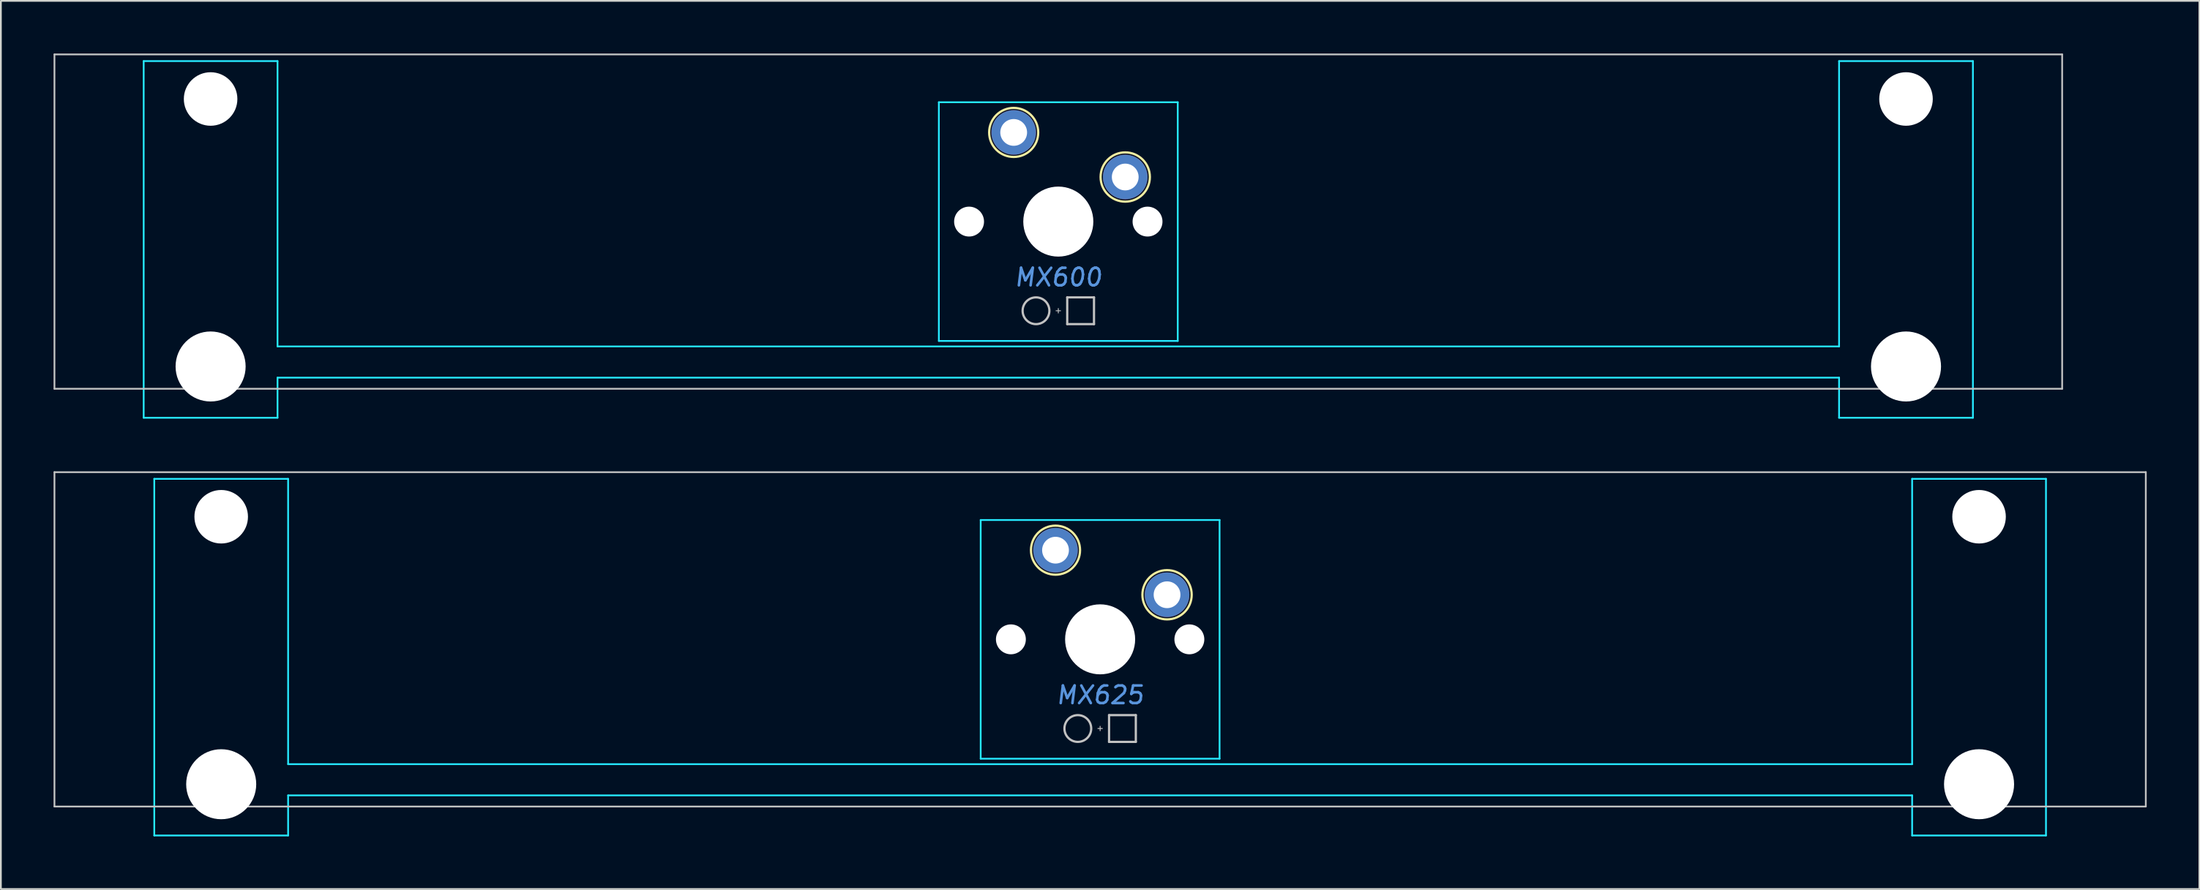
<source format=kicad_pcb>
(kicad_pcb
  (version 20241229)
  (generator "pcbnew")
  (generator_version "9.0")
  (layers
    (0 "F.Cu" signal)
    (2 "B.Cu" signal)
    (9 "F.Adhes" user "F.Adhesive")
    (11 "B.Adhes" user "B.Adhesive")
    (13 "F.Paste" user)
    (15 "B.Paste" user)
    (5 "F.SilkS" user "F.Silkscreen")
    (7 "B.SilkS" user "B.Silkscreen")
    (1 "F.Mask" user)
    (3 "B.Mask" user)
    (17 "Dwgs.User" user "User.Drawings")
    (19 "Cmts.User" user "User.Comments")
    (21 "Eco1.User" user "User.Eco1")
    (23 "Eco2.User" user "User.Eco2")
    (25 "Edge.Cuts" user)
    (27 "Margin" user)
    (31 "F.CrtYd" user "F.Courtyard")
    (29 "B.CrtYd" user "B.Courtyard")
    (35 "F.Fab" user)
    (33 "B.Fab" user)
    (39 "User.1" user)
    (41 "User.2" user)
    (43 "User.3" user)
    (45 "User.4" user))
  (footprint "MX625"
    (layer "F.Cu")
    (at 59.581 33.376)
    (property "Reference" "MX625" (at 0 3.175 0) (layer "Cmts.User") (effects (font (size 1 1) (thickness 0.15) (italic yes))))
    (attr through_hole)
    (fp_circle (center -2.54 -5.08) (end -1.143 -5.08) (stroke (width 0.127) (type solid)) (fill no) (layer "F.SilkS"))
    (fp_circle (center 3.81 -2.54) (end 5.207 -2.413) (stroke (width 0.127) (type solid)) (fill no) (layer "F.SilkS"))
    (fp_line (start -59.531 -9.525) (end -59.531 9.525) (stroke (width 0.1) (type solid)) (layer "Dwgs.User"))
    (fp_line (start -59.531 -9.525) (end 59.531 -9.525) (stroke (width 0.1) (type solid)) (layer "Dwgs.User"))
    (fp_line (start -59.531 9.525) (end 59.531 9.525) (stroke (width 0.1) (type solid)) (layer "Dwgs.User"))
    (fp_line (start -0.127 5.08) (end 0.127 5.08) (stroke (width 0.051) (type solid)) (layer "Dwgs.User"))
    (fp_line (start 0 5.207) (end 0 4.953) (stroke (width 0.051) (type solid)) (layer "Dwgs.User"))
    (fp_line (start 0.508 4.318) (end 0.508 5.842) (stroke (width 0.127) (type solid)) (layer "Dwgs.User"))
    (fp_line (start 0.508 4.318) (end 2.032 4.318) (stroke (width 0.127) (type solid)) (layer "Dwgs.User"))
    (fp_line (start 0.508 5.842) (end 2.032 5.842) (stroke (width 0.127) (type solid)) (layer "Dwgs.User"))
    (fp_line (start 2.032 5.842) (end 2.032 4.318) (stroke (width 0.127) (type solid)) (layer "Dwgs.User"))
    (fp_line (start 59.531 -9.525) (end 59.531 9.525) (stroke (width 0.1) (type solid)) (layer "Dwgs.User"))
    (fp_circle (center -1.27 5.08) (end -0.508 5.08) (stroke (width 0.127) (type solid)) (fill no) (layer "Dwgs.User"))
    (fp_line (start -53.848 -9.144) (end -53.848 11.176) (stroke (width 0.1) (type solid)) (layer "B.CrtYd"))
    (fp_line (start -53.848 -9.144) (end -46.228 -9.144) (stroke (width 0.1) (type solid)) (layer "B.CrtYd"))
    (fp_line (start -53.848 11.176) (end -46.228 11.176) (stroke (width 0.1) (type solid)) (layer "B.CrtYd"))
    (fp_line (start -46.228 7.112) (end -46.228 -9.144) (stroke (width 0.1) (type solid)) (layer "B.CrtYd"))
    (fp_line (start -46.228 7.112) (end 46.228 7.112) (stroke (width 0.1) (type solid)) (layer "B.CrtYd"))
    (fp_line (start -46.228 8.89) (end -46.228 11.176) (stroke (width 0.1) (type solid)) (layer "B.CrtYd"))
    (fp_line (start -46.228 8.89) (end 46.228 8.89) (stroke (width 0.1) (type solid)) (layer "B.CrtYd"))
    (fp_line (start -6.8 -6.8) (end -6.8 6.8) (stroke (width 0.1) (type solid)) (layer "B.CrtYd"))
    (fp_line (start -6.8 -6.8) (end 6.8 -6.8) (stroke (width 0.1) (type solid)) (layer "B.CrtYd"))
    (fp_line (start -6.8 6.8) (end 6.8 6.8) (stroke (width 0.1) (type solid)) (layer "B.CrtYd"))
    (fp_line (start 6.8 6.8) (end 6.8 -6.8) (stroke (width 0.1) (type solid)) (layer "B.CrtYd"))
    (fp_line (start 46.228 -9.144) (end 53.848 -9.144) (stroke (width 0.1) (type solid)) (layer "B.CrtYd"))
    (fp_line (start 46.228 7.112) (end 46.228 -9.144) (stroke (width 0.1) (type solid)) (layer "B.CrtYd"))
    (fp_line (start 46.228 8.89) (end 46.228 11.176) (stroke (width 0.1) (type solid)) (layer "B.CrtYd"))
    (fp_line (start 46.228 11.176) (end 53.848 11.176) (stroke (width 0.1) (type solid)) (layer "B.CrtYd"))
    (fp_line (start 53.848 -9.144) (end 53.848 11.176) (stroke (width 0.1) (type solid)) (layer "B.CrtYd"))
    (pad "" np_thru_hole circle (at -50.038 -6.985 180) (size 3.048 3.048) (drill 3.048) (layers "*.Cu" "*.Mask"))
    (pad "" np_thru_hole circle (at -50.038 8.255 180) (size 3.988 3.988) (drill 3.988) (layers "*.Cu" "*.Mask"))
    (pad "" np_thru_hole circle (at -5.08 0) (size 1.702 1.702) (drill 1.702) (layers "*.Cu" "*.Mask"))
    (pad "" np_thru_hole circle (at 0 0) (size 3.988 3.988) (drill 3.988) (layers "*.Cu" "*.Mask"))
    (pad "" np_thru_hole circle (at 5.08 0) (size 1.702 1.702) (drill 1.702) (layers "*.Cu" "*.Mask"))
    (pad "" np_thru_hole circle (at 50.038 -6.985 180) (size 3.048 3.048) (drill 3.048) (layers "*.Cu" "*.Mask"))
    (pad "" np_thru_hole circle (at 50.038 8.255 180) (size 3.988 3.988) (drill 3.988) (layers "*.Cu" "*.Mask"))
    (pad "1" thru_hole circle (at -2.54 -5.08) (size 2.54 2.54) (drill 1.524) (layers "*.Cu" "*.Mask"))
    (pad "2" thru_hole circle (at 3.81 -2.54) (size 2.54 2.54) (drill 1.524) (layers "*.Cu" "*.Mask")))
  (footprint "MX600"
    (layer "F.Cu")
    (at 57.2 9.575)
    (property "Reference" "MX600" (at 0 3.175 0) (layer "Cmts.User") (effects (font (size 1 1) (thickness 0.15) (italic yes))))
    (attr through_hole)
    (fp_circle (center -2.54 -5.08) (end -1.143 -5.08) (stroke (width 0.127) (type solid)) (fill no) (layer "F.SilkS"))
    (fp_circle (center 3.81 -2.54) (end 5.207 -2.413) (stroke (width 0.127) (type solid)) (fill no) (layer "F.SilkS"))
    (fp_line (start -57.15 -9.525) (end -57.15 9.525) (stroke (width 0.1) (type solid)) (layer "Dwgs.User"))
    (fp_line (start -57.15 -9.525) (end 57.15 -9.525) (stroke (width 0.1) (type solid)) (layer "Dwgs.User"))
    (fp_line (start -57.15 9.525) (end 57.15 9.525) (stroke (width 0.1) (type solid)) (layer "Dwgs.User"))
    (fp_line (start -0.127 5.08) (end 0.127 5.08) (stroke (width 0.051) (type solid)) (layer "Dwgs.User"))
    (fp_line (start 0 5.207) (end 0 4.953) (stroke (width 0.051) (type solid)) (layer "Dwgs.User"))
    (fp_line (start 0.508 4.318) (end 0.508 5.842) (stroke (width 0.127) (type solid)) (layer "Dwgs.User"))
    (fp_line (start 0.508 4.318) (end 2.032 4.318) (stroke (width 0.127) (type solid)) (layer "Dwgs.User"))
    (fp_line (start 0.508 5.842) (end 2.032 5.842) (stroke (width 0.127) (type solid)) (layer "Dwgs.User"))
    (fp_line (start 2.032 5.842) (end 2.032 4.318) (stroke (width 0.127) (type solid)) (layer "Dwgs.User"))
    (fp_line (start 57.15 -9.525) (end 57.15 9.525) (stroke (width 0.1) (type solid)) (layer "Dwgs.User"))
    (fp_circle (center -1.27 5.08) (end -0.508 5.08) (stroke (width 0.127) (type solid)) (fill no) (layer "Dwgs.User"))
    (fp_line (start -52.07 -9.144) (end -52.07 11.176) (stroke (width 0.1) (type solid)) (layer "B.CrtYd"))
    (fp_line (start -52.07 -9.144) (end -44.45 -9.144) (stroke (width 0.1) (type solid)) (layer "B.CrtYd"))
    (fp_line (start -52.07 11.176) (end -44.45 11.176) (stroke (width 0.1) (type solid)) (layer "B.CrtYd"))
    (fp_line (start -44.45 7.112) (end -44.45 -9.144) (stroke (width 0.1) (type solid)) (layer "B.CrtYd"))
    (fp_line (start -44.45 7.112) (end 44.45 7.112) (stroke (width 0.1) (type solid)) (layer "B.CrtYd"))
    (fp_line (start -44.45 8.89) (end -44.45 11.176) (stroke (width 0.1) (type solid)) (layer "B.CrtYd"))
    (fp_line (start -44.45 8.89) (end 44.45 8.89) (stroke (width 0.1) (type solid)) (layer "B.CrtYd"))
    (fp_line (start -6.8 -6.8) (end -6.8 6.8) (stroke (width 0.1) (type solid)) (layer "B.CrtYd"))
    (fp_line (start -6.8 -6.8) (end 6.8 -6.8) (stroke (width 0.1) (type solid)) (layer "B.CrtYd"))
    (fp_line (start -6.8 6.8) (end 6.8 6.8) (stroke (width 0.1) (type solid)) (layer "B.CrtYd"))
    (fp_line (start 6.8 6.8) (end 6.8 -6.8) (stroke (width 0.1) (type solid)) (layer "B.CrtYd"))
    (fp_line (start 44.45 -9.144) (end 52.07 -9.144) (stroke (width 0.1) (type solid)) (layer "B.CrtYd"))
    (fp_line (start 44.45 7.112) (end 44.45 -9.144) (stroke (width 0.1) (type solid)) (layer "B.CrtYd"))
    (fp_line (start 44.45 8.89) (end 44.45 11.176) (stroke (width 0.1) (type solid)) (layer "B.CrtYd"))
    (fp_line (start 44.45 11.176) (end 52.07 11.176) (stroke (width 0.1) (type solid)) (layer "B.CrtYd"))
    (fp_line (start 52.07 -9.144) (end 52.07 11.176) (stroke (width 0.1) (type solid)) (layer "B.CrtYd"))
    (pad "" np_thru_hole circle (at -48.26 -6.985 180) (size 3.048 3.048) (drill 3.048) (layers "*.Cu" "*.Mask"))
    (pad "" np_thru_hole circle (at -48.26 8.255 180) (size 3.988 3.988) (drill 3.988) (layers "*.Cu" "*.Mask"))
    (pad "" np_thru_hole circle (at -5.08 0) (size 1.702 1.702) (drill 1.702) (layers "*.Cu" "*.Mask"))
    (pad "" np_thru_hole circle (at 0 0) (size 3.988 3.988) (drill 3.988) (layers "*.Cu" "*.Mask"))
    (pad "" np_thru_hole circle (at 5.08 0) (size 1.702 1.702) (drill 1.702) (layers "*.Cu" "*.Mask"))
    (pad "" np_thru_hole circle (at 48.26 -6.985 180) (size 3.048 3.048) (drill 3.048) (layers "*.Cu" "*.Mask"))
    (pad "" np_thru_hole circle (at 48.26 8.255 180) (size 3.988 3.988) (drill 3.988) (layers "*.Cu" "*.Mask"))
    (pad "1" thru_hole circle (at -2.54 -5.08) (size 2.54 2.54) (drill 1.524) (layers "*.Cu" "*.Mask"))
    (pad "2" thru_hole circle (at 3.81 -2.54) (size 2.54 2.54) (drill 1.524) (layers "*.Cu" "*.Mask")))
  (gr_rect
    (start -3 -3)
    (end 122.162 47.602)
    (stroke (width 0.1) (type default))
    (fill no)
    (layer "Edge.Cuts")))
</source>
